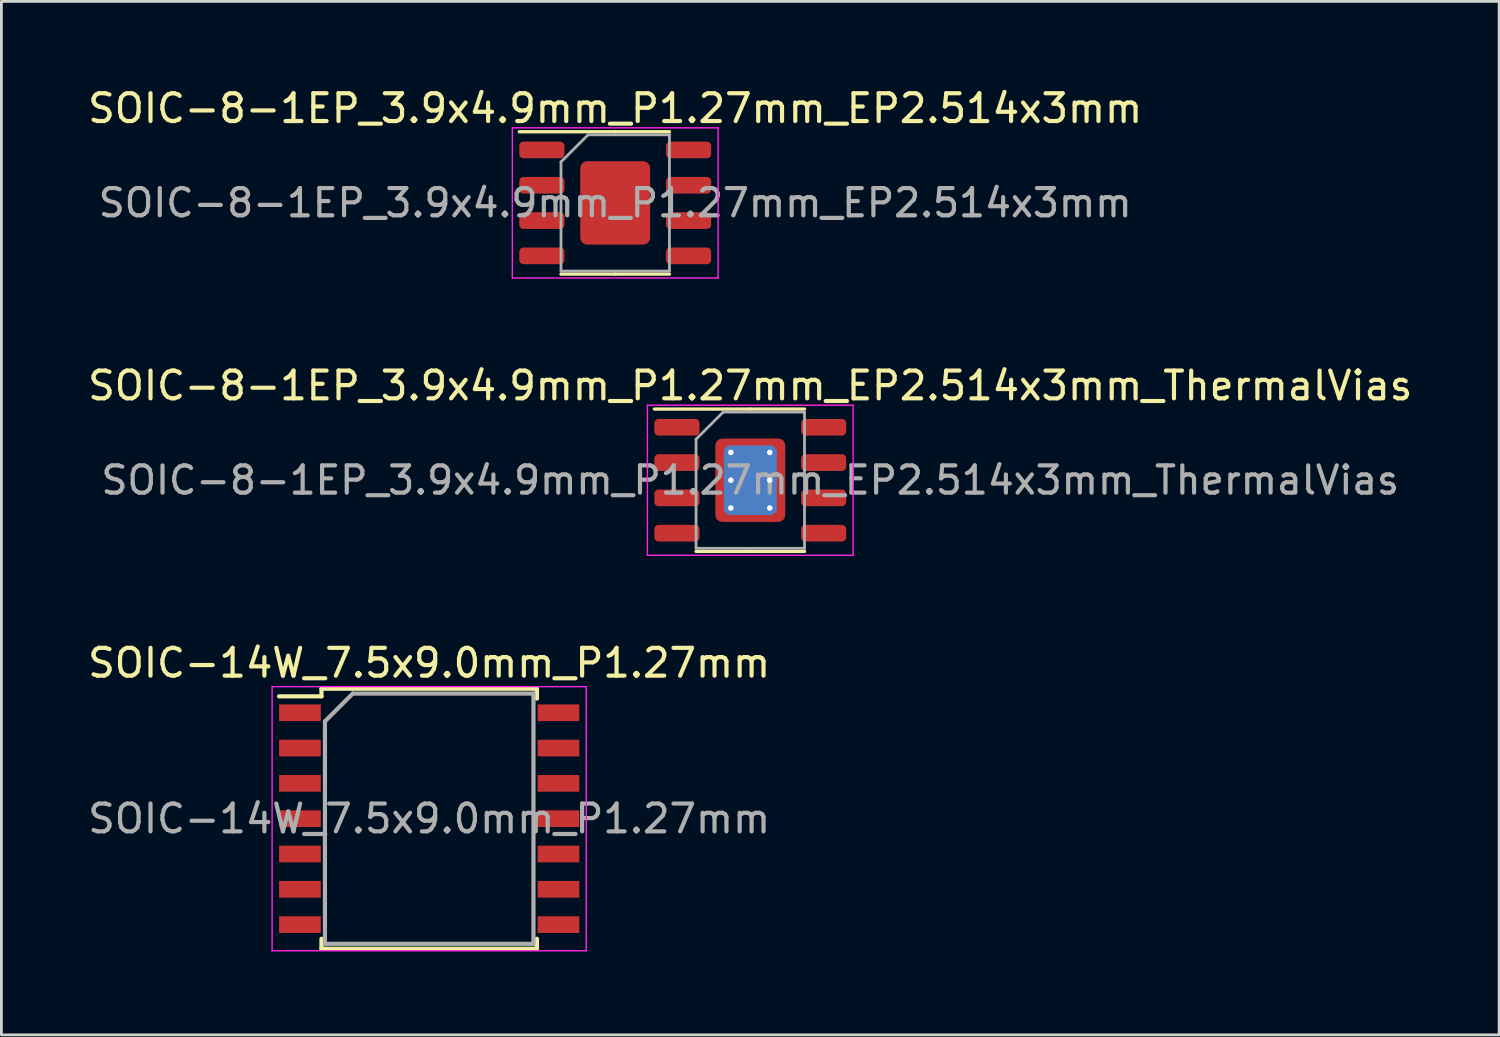
<source format=kicad_pcb>
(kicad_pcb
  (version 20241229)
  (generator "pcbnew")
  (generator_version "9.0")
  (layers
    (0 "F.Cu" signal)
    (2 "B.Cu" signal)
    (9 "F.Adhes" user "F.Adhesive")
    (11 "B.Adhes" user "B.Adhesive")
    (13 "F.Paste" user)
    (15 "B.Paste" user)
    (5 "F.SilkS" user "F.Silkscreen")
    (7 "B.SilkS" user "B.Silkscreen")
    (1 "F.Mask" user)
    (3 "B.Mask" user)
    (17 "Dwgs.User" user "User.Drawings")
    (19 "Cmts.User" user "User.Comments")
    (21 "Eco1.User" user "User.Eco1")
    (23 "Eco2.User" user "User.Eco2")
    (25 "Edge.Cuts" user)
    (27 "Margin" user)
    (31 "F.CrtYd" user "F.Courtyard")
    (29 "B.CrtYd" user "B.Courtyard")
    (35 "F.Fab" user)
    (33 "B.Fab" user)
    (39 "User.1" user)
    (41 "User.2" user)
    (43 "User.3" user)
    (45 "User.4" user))
  (footprint "SOIC-8-1EP_3.9x4.9mm_P1.27mm_EP2.514x3mm"
    (layer "F.Cu")
    (at 19.077 4.248)
    (property "Reference" "SOIC-8-1EP_3.9x4.9mm_P1.27mm_EP2.514x3mm" (at 0 -3.4 0) (layer "F.SilkS") (effects (font (size 1 1) (thickness 0.15))))
    (attr smd)
    (fp_line (start 0 -2.56) (end -3.45 -2.56) (stroke (width 0.12) (type solid)) (layer "F.SilkS"))
    (fp_line (start 0 -2.56) (end 1.95 -2.56) (stroke (width 0.12) (type solid)) (layer "F.SilkS"))
    (fp_line (start 0 2.56) (end -1.95 2.56) (stroke (width 0.12) (type solid)) (layer "F.SilkS"))
    (fp_line (start 0 2.56) (end 1.95 2.56) (stroke (width 0.12) (type solid)) (layer "F.SilkS"))
    (fp_line (start -3.7 -2.7) (end -3.7 2.7) (stroke (width 0.05) (type solid)) (layer "F.CrtYd"))
    (fp_line (start -3.7 2.7) (end 3.7 2.7) (stroke (width 0.05) (type solid)) (layer "F.CrtYd"))
    (fp_line (start 3.7 -2.7) (end -3.7 -2.7) (stroke (width 0.05) (type solid)) (layer "F.CrtYd"))
    (fp_line (start 3.7 2.7) (end 3.7 -2.7) (stroke (width 0.05) (type solid)) (layer "F.CrtYd"))
    (fp_line (start -1.95 -1.475) (end -0.975 -2.45) (stroke (width 0.1) (type solid)) (layer "F.Fab"))
    (fp_line (start -1.95 2.45) (end -1.95 -1.475) (stroke (width 0.1) (type solid)) (layer "F.Fab"))
    (fp_line (start -0.975 -2.45) (end 1.95 -2.45) (stroke (width 0.1) (type solid)) (layer "F.Fab"))
    (fp_line (start 1.95 -2.45) (end 1.95 2.45) (stroke (width 0.1) (type solid)) (layer "F.Fab"))
    (fp_line (start 1.95 2.45) (end -1.95 2.45) (stroke (width 0.1) (type solid)) (layer "F.Fab"))
    (fp_text user "${REFERENCE}" (at 0 0 0) (layer "F.Fab") (effects (font (size 0.98 0.98) (thickness 0.15))))
    (pad "" smd roundrect (at -0.63 -0.75) (size 1.01 1.21) (layers "F.Paste") (roundrect_rratio 0.248))
    (pad "" smd roundrect (at -0.63 0.75) (size 1.01 1.21) (layers "F.Paste") (roundrect_rratio 0.248))
    (pad "" smd roundrect (at 0.63 -0.75) (size 1.01 1.21) (layers "F.Paste") (roundrect_rratio 0.248))
    (pad "" smd roundrect (at 0.63 0.75) (size 1.01 1.21) (layers "F.Paste") (roundrect_rratio 0.248))
    (pad "1" smd roundrect (at -2.638 -1.905) (size 1.625 0.6) (layers "F.Cu" "F.Mask" "F.Paste") (roundrect_rratio 0.25))
    (pad "2" smd roundrect (at -2.638 -0.635) (size 1.625 0.6) (layers "F.Cu" "F.Mask" "F.Paste") (roundrect_rratio 0.25))
    (pad "3" smd roundrect (at -2.638 0.635) (size 1.625 0.6) (layers "F.Cu" "F.Mask" "F.Paste") (roundrect_rratio 0.25))
    (pad "4" smd roundrect (at -2.638 1.905) (size 1.625 0.6) (layers "F.Cu" "F.Mask" "F.Paste") (roundrect_rratio 0.25))
    (pad "5" smd roundrect (at 2.638 1.905) (size 1.625 0.6) (layers "F.Cu" "F.Mask" "F.Paste") (roundrect_rratio 0.25))
    (pad "6" smd roundrect (at 2.638 0.635) (size 1.625 0.6) (layers "F.Cu" "F.Mask" "F.Paste") (roundrect_rratio 0.25))
    (pad "7" smd roundrect (at 2.638 -0.635) (size 1.625 0.6) (layers "F.Cu" "F.Mask" "F.Paste") (roundrect_rratio 0.25))
    (pad "8" smd roundrect (at 2.638 -1.905) (size 1.625 0.6) (layers "F.Cu" "F.Mask" "F.Paste") (roundrect_rratio 0.25))
    (pad "9" smd roundrect (at 0 0) (size 2.514 3) (layers "F.Cu" "F.Mask") (roundrect_rratio 0.099)))
  (footprint "SOIC-8-1EP_3.9x4.9mm_P1.27mm_EP2.514x3mm_ThermalVias"
    (layer "F.Cu")
    (at 23.935 14.222)
    (property "Reference" "SOIC-8-1EP_3.9x4.9mm_P1.27mm_EP2.514x3mm_ThermalVias" (at 0 -3.4 0) (layer "F.SilkS") (effects (font (size 1 1) (thickness 0.15))))
    (attr smd)
    (fp_line (start 0 -2.56) (end -3.45 -2.56) (stroke (width 0.12) (type solid)) (layer "F.SilkS"))
    (fp_line (start 0 -2.56) (end 1.95 -2.56) (stroke (width 0.12) (type solid)) (layer "F.SilkS"))
    (fp_line (start 0 2.56) (end -1.95 2.56) (stroke (width 0.12) (type solid)) (layer "F.SilkS"))
    (fp_line (start 0 2.56) (end 1.95 2.56) (stroke (width 0.12) (type solid)) (layer "F.SilkS"))
    (fp_line (start -3.7 -2.7) (end -3.7 2.7) (stroke (width 0.05) (type solid)) (layer "F.CrtYd"))
    (fp_line (start -3.7 2.7) (end 3.7 2.7) (stroke (width 0.05) (type solid)) (layer "F.CrtYd"))
    (fp_line (start 3.7 -2.7) (end -3.7 -2.7) (stroke (width 0.05) (type solid)) (layer "F.CrtYd"))
    (fp_line (start 3.7 2.7) (end 3.7 -2.7) (stroke (width 0.05) (type solid)) (layer "F.CrtYd"))
    (fp_line (start -1.95 -1.475) (end -0.975 -2.45) (stroke (width 0.1) (type solid)) (layer "F.Fab"))
    (fp_line (start -1.95 2.45) (end -1.95 -1.475) (stroke (width 0.1) (type solid)) (layer "F.Fab"))
    (fp_line (start -0.975 -2.45) (end 1.95 -2.45) (stroke (width 0.1) (type solid)) (layer "F.Fab"))
    (fp_line (start 1.95 -2.45) (end 1.95 2.45) (stroke (width 0.1) (type solid)) (layer "F.Fab"))
    (fp_line (start 1.95 2.45) (end -1.95 2.45) (stroke (width 0.1) (type solid)) (layer "F.Fab"))
    (fp_text user "${REFERENCE}" (at 0 0 0) (layer "F.Fab") (effects (font (size 0.98 0.98) (thickness 0.15))))
    (pad "" smd roundrect (at -0.63 -0.75) (size 1.05 1.25) (layers "F.Paste") (roundrect_rratio 0.238))
    (pad "" smd roundrect (at -0.63 0.75) (size 1.05 1.25) (layers "F.Paste") (roundrect_rratio 0.238))
    (pad "" smd roundrect (at 0.63 -0.75) (size 1.05 1.25) (layers "F.Paste") (roundrect_rratio 0.238))
    (pad "" smd roundrect (at 0.63 0.75) (size 1.05 1.25) (layers "F.Paste") (roundrect_rratio 0.238))
    (pad "1" smd roundrect (at -2.638 -1.905) (size 1.625 0.6) (layers "F.Cu" "F.Mask" "F.Paste") (roundrect_rratio 0.25))
    (pad "2" smd roundrect (at -2.638 -0.635) (size 1.625 0.6) (layers "F.Cu" "F.Mask" "F.Paste") (roundrect_rratio 0.25))
    (pad "3" smd roundrect (at -2.638 0.635) (size 1.625 0.6) (layers "F.Cu" "F.Mask" "F.Paste") (roundrect_rratio 0.25))
    (pad "4" smd roundrect (at -2.638 1.905) (size 1.625 0.6) (layers "F.Cu" "F.Mask" "F.Paste") (roundrect_rratio 0.25))
    (pad "5" smd roundrect (at 2.638 1.905) (size 1.625 0.6) (layers "F.Cu" "F.Mask" "F.Paste") (roundrect_rratio 0.25))
    (pad "6" smd roundrect (at 2.638 0.635) (size 1.625 0.6) (layers "F.Cu" "F.Mask" "F.Paste") (roundrect_rratio 0.25))
    (pad "7" smd roundrect (at 2.638 -0.635) (size 1.625 0.6) (layers "F.Cu" "F.Mask" "F.Paste") (roundrect_rratio 0.25))
    (pad "8" smd roundrect (at 2.638 -1.905) (size 1.625 0.6) (layers "F.Cu" "F.Mask" "F.Paste") (roundrect_rratio 0.25))
    (pad "9" thru_hole circle (at -0.7 -1) (size 0.5 0.5) (drill 0.2) (layers "*.Cu"))
    (pad "9" thru_hole circle (at -0.7 0) (size 0.5 0.5) (drill 0.2) (layers "*.Cu"))
    (pad "9" thru_hole circle (at -0.7 1) (size 0.5 0.5) (drill 0.2) (layers "*.Cu"))
    (pad "9" smd roundrect (at 0 0) (size 1.9 2.5) (layers "B.Cu") (roundrect_rratio 0.132))
    (pad "9" smd roundrect (at 0 0) (size 2.514 3) (layers "F.Cu" "F.Mask") (roundrect_rratio 0.099))
    (pad "9" thru_hole circle (at 0.7 -1) (size 0.5 0.5) (drill 0.2) (layers "*.Cu"))
    (pad "9" thru_hole circle (at 0.7 0) (size 0.5 0.5) (drill 0.2) (layers "*.Cu"))
    (pad "9" thru_hole circle (at 0.7 1) (size 0.5 0.5) (drill 0.2) (layers "*.Cu")))
  (footprint "SOIC-14W_7.5x9.0mm_P1.27mm"
    (layer "F.Cu")
    (at 12.387 26.395)
    (property "Reference" "SOIC-14W_7.5x9.0mm_P1.27mm" (at 0 -5.6 0) (layer "F.SilkS") (effects (font (size 1 1) (thickness 0.15))))
    (attr smd)
    (fp_line (start -3.875 -4.675) (end -3.875 -4.4) (stroke (width 0.15) (type solid)) (layer "F.SilkS"))
    (fp_line (start -3.875 -4.675) (end 3.875 -4.675) (stroke (width 0.15) (type solid)) (layer "F.SilkS"))
    (fp_line (start -3.875 -4.4) (end -5.4 -4.4) (stroke (width 0.15) (type solid)) (layer "F.SilkS"))
    (fp_line (start -3.875 4.675) (end -3.875 4.32) (stroke (width 0.15) (type solid)) (layer "F.SilkS"))
    (fp_line (start -3.875 4.675) (end 3.875 4.675) (stroke (width 0.15) (type solid)) (layer "F.SilkS"))
    (fp_line (start 3.875 -4.675) (end 3.875 -4.32) (stroke (width 0.15) (type solid)) (layer "F.SilkS"))
    (fp_line (start 3.875 4.675) (end 3.875 4.32) (stroke (width 0.15) (type solid)) (layer "F.SilkS"))
    (fp_line (start -5.65 -4.75) (end -5.65 4.75) (stroke (width 0.05) (type solid)) (layer "F.CrtYd"))
    (fp_line (start -5.65 -4.75) (end 5.65 -4.75) (stroke (width 0.05) (type solid)) (layer "F.CrtYd"))
    (fp_line (start -5.65 4.75) (end 5.65 4.75) (stroke (width 0.05) (type solid)) (layer "F.CrtYd"))
    (fp_line (start 5.65 -4.75) (end 5.65 4.75) (stroke (width 0.05) (type solid)) (layer "F.CrtYd"))
    (fp_line (start -3.75 -3.5) (end -2.75 -4.5) (stroke (width 0.15) (type solid)) (layer "F.Fab"))
    (fp_line (start -3.75 4.5) (end -3.75 -3.5) (stroke (width 0.15) (type solid)) (layer "F.Fab"))
    (fp_line (start -2.75 -4.5) (end 3.75 -4.5) (stroke (width 0.15) (type solid)) (layer "F.Fab"))
    (fp_line (start 3.75 -4.5) (end 3.75 4.5) (stroke (width 0.15) (type solid)) (layer "F.Fab"))
    (fp_line (start 3.75 4.5) (end -3.75 4.5) (stroke (width 0.15) (type solid)) (layer "F.Fab"))
    (fp_text user "${REFERENCE}" (at 0 0 0) (layer "F.Fab") (effects (font (size 1 1) (thickness 0.15))))
    (pad "1" smd rect (at -4.65 -3.81) (size 1.5 0.6) (layers "F.Cu" "F.Mask" "F.Paste"))
    (pad "2" smd rect (at -4.65 -2.54) (size 1.5 0.6) (layers "F.Cu" "F.Mask" "F.Paste"))
    (pad "3" smd rect (at -4.65 -1.27) (size 1.5 0.6) (layers "F.Cu" "F.Mask" "F.Paste"))
    (pad "4" smd rect (at -4.65 0) (size 1.5 0.6) (layers "F.Cu" "F.Mask" "F.Paste"))
    (pad "5" smd rect (at -4.65 1.27) (size 1.5 0.6) (layers "F.Cu" "F.Mask" "F.Paste"))
    (pad "6" smd rect (at -4.65 2.54) (size 1.5 0.6) (layers "F.Cu" "F.Mask" "F.Paste"))
    (pad "7" smd rect (at -4.65 3.81) (size 1.5 0.6) (layers "F.Cu" "F.Mask" "F.Paste"))
    (pad "8" smd rect (at 4.65 3.81) (size 1.5 0.6) (layers "F.Cu" "F.Mask" "F.Paste"))
    (pad "9" smd rect (at 4.65 2.54) (size 1.5 0.6) (layers "F.Cu" "F.Mask" "F.Paste"))
    (pad "10" smd rect (at 4.65 1.27) (size 1.5 0.6) (layers "F.Cu" "F.Mask" "F.Paste"))
    (pad "11" smd rect (at 4.65 0) (size 1.5 0.6) (layers "F.Cu" "F.Mask" "F.Paste"))
    (pad "12" smd rect (at 4.65 -1.27) (size 1.5 0.6) (layers "F.Cu" "F.Mask" "F.Paste"))
    (pad "13" smd rect (at 4.65 -2.54) (size 1.5 0.6) (layers "F.Cu" "F.Mask" "F.Paste"))
    (pad "14" smd rect (at 4.65 -3.81) (size 1.5 0.6) (layers "F.Cu" "F.Mask" "F.Paste")))
  (gr_rect
    (start -3 -3)
    (end 50.869 34.17)
    (stroke (width 0.1) (type default))
    (fill no)
    (layer "Edge.Cuts")))
</source>
